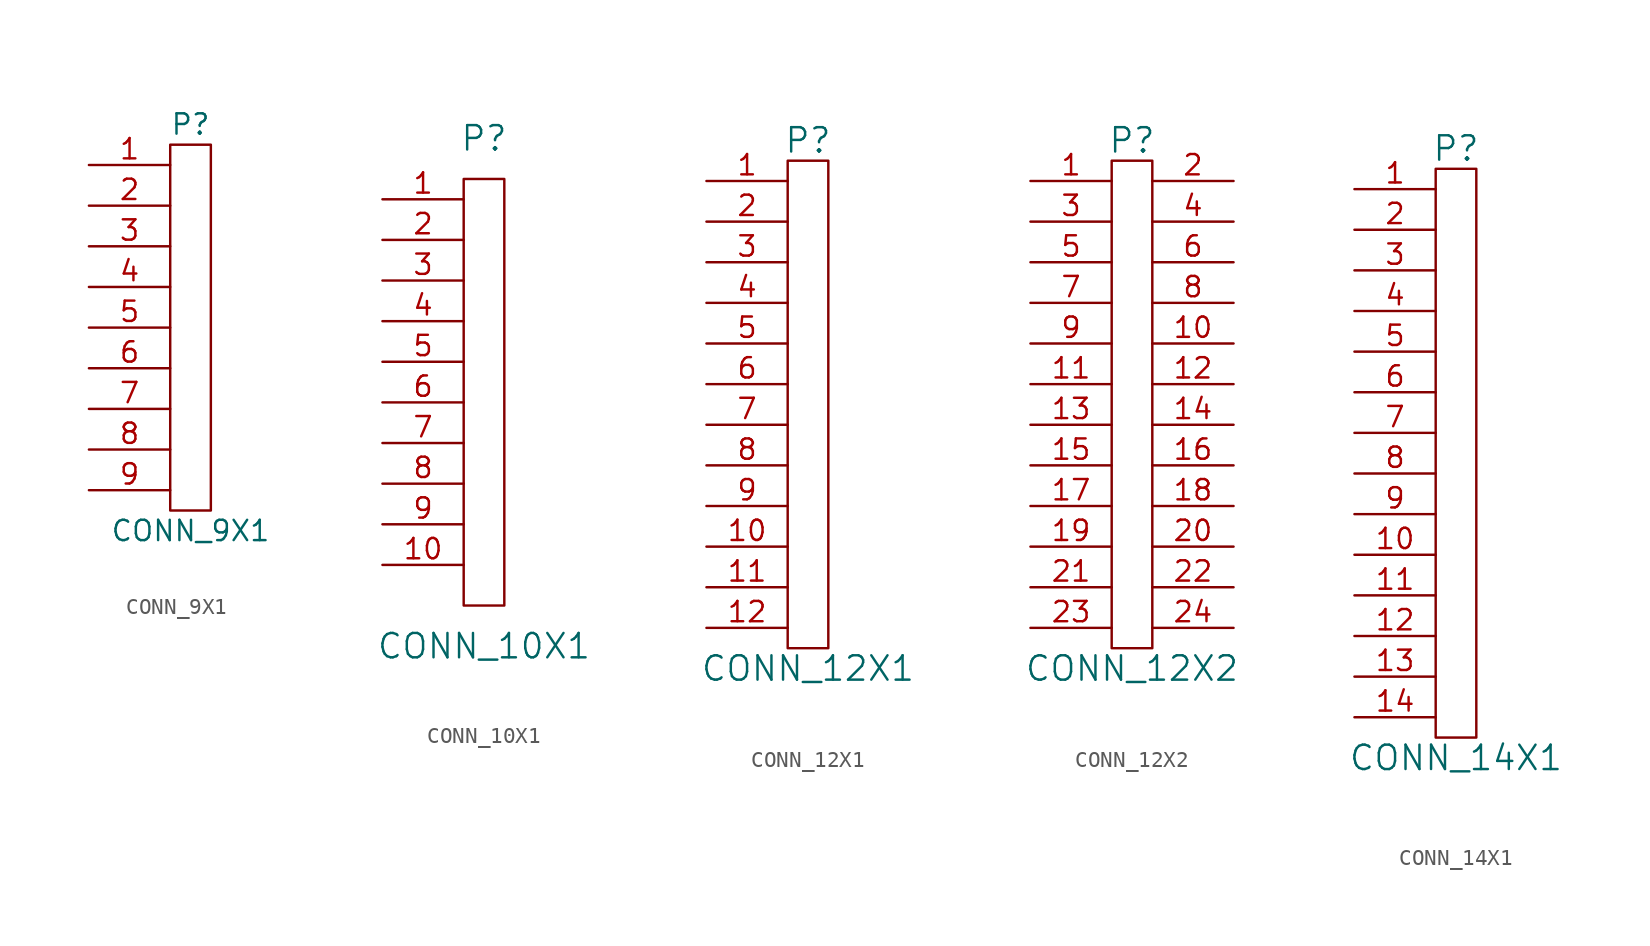
<source format=kicad_sym>
(kicad_symbol_lib
  (version 20201005)
  (generator kicad_symbol_editor)
  (symbol "CONN_9X1"
    (pin_names
      (offset 1.016))
    (property "Reference" "P"
      (at 0 12.7 0)
      (effects (font (size 1.27 1.27))))
    (property "Value" "CONN_9X1"
      (at 0 -12.7 0)
      (effects (font (size 1.27 1.27))))
    (symbol "CONN_9X1_0_1"
      (rectangle (start -1.27 11.43) (end 1.27 -11.43) (stroke (width 0)) (fill (type none))))
    (symbol "CONN_9X1_1_1"
      (pin unspecified line (at -6.35 10.16 0) (length 5.08) (name "~" (effects (font (size 1.27 1.27)))) (number "1" (effects (font (size 1.27 1.27)))))
      (pin unspecified line (at -6.35 7.62 0) (length 5.08) (name "~" (effects (font (size 1.27 1.27)))) (number "2" (effects (font (size 1.27 1.27)))))
      (pin unspecified line (at -6.35 5.08 0) (length 5.08) (name "~" (effects (font (size 1.27 1.27)))) (number "3" (effects (font (size 1.27 1.27)))))
      (pin unspecified line (at -6.35 2.54 0) (length 5.08) (name "~" (effects (font (size 1.27 1.27)))) (number "4" (effects (font (size 1.27 1.27)))))
      (pin unspecified line (at -6.35 0 0) (length 5.08) (name "~" (effects (font (size 1.27 1.27)))) (number "5" (effects (font (size 1.27 1.27)))))
      (pin unspecified line (at -6.35 -2.54 0) (length 5.08) (name "~" (effects (font (size 1.27 1.27)))) (number "6" (effects (font (size 1.27 1.27)))))
      (pin unspecified line (at -6.35 -5.08 0) (length 5.08) (name "~" (effects (font (size 1.27 1.27)))) (number "7" (effects (font (size 1.27 1.27)))))
      (pin unspecified line (at -6.35 -7.62 0) (length 5.08) (name "~" (effects (font (size 1.27 1.27)))) (number "8" (effects (font (size 1.27 1.27)))))
      (pin passive line (at -6.35 -10.16 0) (length 5.08) (name "~" (effects (font (size 1.27 1.27)))) (number "9" (effects (font (size 1.27 1.27)))))))
  (symbol "CONN_10X1"
    (pin_names
      (offset 1.016))
    (property "Reference" "P"
      (at 0 15.24 0)
      (effects (font (size 1.524 1.524))))
    (property "Value" "CONN_10X1"
      (at 0 -16.51 0)
      (effects (font (size 1.524 1.524))))
    (symbol "CONN_10X1_0_1"
      (rectangle (start -1.27 12.7) (end 1.27 -13.97) (stroke (width 0)) (fill (type none))))
    (symbol "CONN_10X1_1_1"
      (pin unspecified line (at -6.35 11.43 0) (length 5.08) (name "~" (effects (font (size 1.27 1.27)))) (number "1" (effects (font (size 1.27 1.27)))))
      (pin unspecified line (at -6.35 -11.43 0) (length 5.08) (name "~" (effects (font (size 1.27 1.27)))) (number "10" (effects (font (size 1.27 1.27)))))
      (pin unspecified line (at -6.35 8.89 0) (length 5.08) (name "~" (effects (font (size 1.27 1.27)))) (number "2" (effects (font (size 1.27 1.27)))))
      (pin unspecified line (at -6.35 6.35 0) (length 5.08) (name "~" (effects (font (size 1.27 1.27)))) (number "3" (effects (font (size 1.27 1.27)))))
      (pin unspecified line (at -6.35 3.81 0) (length 5.08) (name "~" (effects (font (size 1.27 1.27)))) (number "4" (effects (font (size 1.27 1.27)))))
      (pin unspecified line (at -6.35 1.27 0) (length 5.08) (name "~" (effects (font (size 1.27 1.27)))) (number "5" (effects (font (size 1.27 1.27)))))
      (pin unspecified line (at -6.35 -1.27 0) (length 5.08) (name "~" (effects (font (size 1.27 1.27)))) (number "6" (effects (font (size 1.27 1.27)))))
      (pin unspecified line (at -6.35 -3.81 0) (length 5.08) (name "~" (effects (font (size 1.27 1.27)))) (number "7" (effects (font (size 1.27 1.27)))))
      (pin unspecified line (at -6.35 -6.35 0) (length 5.08) (name "~" (effects (font (size 1.27 1.27)))) (number "8" (effects (font (size 1.27 1.27)))))
      (pin unspecified line (at -6.35 -8.89 0) (length 5.08) (name "~" (effects (font (size 1.27 1.27)))) (number "9" (effects (font (size 1.27 1.27)))))))
  (symbol "CONN_12X1"
    (pin_names
      (offset 1.016))
    (property "Reference" "P"
      (at 0 16.51 0)
      (effects (font (size 1.524 1.524))))
    (property "Value" "CONN_12X1"
      (at 0 -16.51 0)
      (effects (font (size 1.524 1.524))))
    (symbol "CONN_12X1_0_1"
      (rectangle (start -1.27 15.24) (end 1.27 -15.24) (stroke (width 0)) (fill (type none))))
    (symbol "CONN_12X1_1_1"
      (pin unspecified line (at -6.35 13.97 0) (length 5.08) (name "~" (effects (font (size 1.27 1.27)))) (number "1" (effects (font (size 1.27 1.27)))))
      (pin unspecified line (at -6.35 -8.89 0) (length 5.08) (name "~" (effects (font (size 1.27 1.27)))) (number "10" (effects (font (size 1.27 1.27)))))
      (pin unspecified line (at -6.35 -11.43 0) (length 5.08) (name "~" (effects (font (size 1.27 1.27)))) (number "11" (effects (font (size 1.27 1.27)))))
      (pin unspecified line (at -6.35 -13.97 0) (length 5.08) (name "~" (effects (font (size 1.27 1.27)))) (number "12" (effects (font (size 1.27 1.27)))))
      (pin unspecified line (at -6.35 11.43 0) (length 5.08) (name "~" (effects (font (size 1.27 1.27)))) (number "2" (effects (font (size 1.27 1.27)))))
      (pin unspecified line (at -6.35 8.89 0) (length 5.08) (name "~" (effects (font (size 1.27 1.27)))) (number "3" (effects (font (size 1.27 1.27)))))
      (pin unspecified line (at -6.35 6.35 0) (length 5.08) (name "~" (effects (font (size 1.27 1.27)))) (number "4" (effects (font (size 1.27 1.27)))))
      (pin unspecified line (at -6.35 3.81 0) (length 5.08) (name "~" (effects (font (size 1.27 1.27)))) (number "5" (effects (font (size 1.27 1.27)))))
      (pin unspecified line (at -6.35 1.27 0) (length 5.08) (name "~" (effects (font (size 1.27 1.27)))) (number "6" (effects (font (size 1.27 1.27)))))
      (pin unspecified line (at -6.35 -1.27 0) (length 5.08) (name "~" (effects (font (size 1.27 1.27)))) (number "7" (effects (font (size 1.27 1.27)))))
      (pin unspecified line (at -6.35 -3.81 0) (length 5.08) (name "~" (effects (font (size 1.27 1.27)))) (number "8" (effects (font (size 1.27 1.27)))))
      (pin unspecified line (at -6.35 -6.35 0) (length 5.08) (name "~" (effects (font (size 1.27 1.27)))) (number "9" (effects (font (size 1.27 1.27)))))))
  (symbol "CONN_12X2"
    (pin_names
      (offset 1.016))
    (property "Reference" "P"
      (at 0 16.51 0)
      (effects (font (size 1.524 1.524))))
    (property "Value" "CONN_12X2"
      (at 0 -16.51 0)
      (effects (font (size 1.524 1.524))))
    (symbol "CONN_12X2_0_1"
      (rectangle (start -1.27 15.24) (end 1.27 -15.24) (stroke (width 0)) (fill (type none))))
    (symbol "CONN_12X2_1_1"
      (pin unspecified line (at -6.35 13.97 0) (length 5.08) (name "~" (effects (font (size 1.27 1.27)))) (number "1" (effects (font (size 1.27 1.27)))))
      (pin unspecified line (at 6.35 3.81 180) (length 5.08) (name "~" (effects (font (size 1.27 1.27)))) (number "10" (effects (font (size 1.27 1.27)))))
      (pin unspecified line (at -6.35 1.27 0) (length 5.08) (name "~" (effects (font (size 1.27 1.27)))) (number "11" (effects (font (size 1.27 1.27)))))
      (pin unspecified line (at 6.35 1.27 180) (length 5.08) (name "~" (effects (font (size 1.27 1.27)))) (number "12" (effects (font (size 1.27 1.27)))))
      (pin unspecified line (at -6.35 -1.27 0) (length 5.08) (name "~" (effects (font (size 1.27 1.27)))) (number "13" (effects (font (size 1.27 1.27)))))
      (pin unspecified line (at 6.35 -1.27 180) (length 5.08) (name "~" (effects (font (size 1.27 1.27)))) (number "14" (effects (font (size 1.27 1.27)))))
      (pin unspecified line (at -6.35 -3.81 0) (length 5.08) (name "~" (effects (font (size 1.27 1.27)))) (number "15" (effects (font (size 1.27 1.27)))))
      (pin unspecified line (at 6.35 -3.81 180) (length 5.08) (name "~" (effects (font (size 1.27 1.27)))) (number "16" (effects (font (size 1.27 1.27)))))
      (pin unspecified line (at -6.35 -6.35 0) (length 5.08) (name "~" (effects (font (size 1.27 1.27)))) (number "17" (effects (font (size 1.27 1.27)))))
      (pin unspecified line (at 6.35 -6.35 180) (length 5.08) (name "~" (effects (font (size 1.27 1.27)))) (number "18" (effects (font (size 1.27 1.27)))))
      (pin unspecified line (at -6.35 -8.89 0) (length 5.08) (name "~" (effects (font (size 1.27 1.27)))) (number "19" (effects (font (size 1.27 1.27)))))
      (pin unspecified line (at 6.35 13.97 180) (length 5.08) (name "~" (effects (font (size 1.27 1.27)))) (number "2" (effects (font (size 1.27 1.27)))))
      (pin unspecified line (at 6.35 -8.89 180) (length 5.08) (name "~" (effects (font (size 1.27 1.27)))) (number "20" (effects (font (size 1.27 1.27)))))
      (pin unspecified line (at -6.35 -11.43 0) (length 5.08) (name "~" (effects (font (size 1.27 1.27)))) (number "21" (effects (font (size 1.27 1.27)))))
      (pin unspecified line (at 6.35 -11.43 180) (length 5.08) (name "~" (effects (font (size 1.27 1.27)))) (number "22" (effects (font (size 1.27 1.27)))))
      (pin unspecified line (at -6.35 -13.97 0) (length 5.08) (name "~" (effects (font (size 1.27 1.27)))) (number "23" (effects (font (size 1.27 1.27)))))
      (pin unspecified line (at 6.35 -13.97 180) (length 5.08) (name "~" (effects (font (size 1.27 1.27)))) (number "24" (effects (font (size 1.27 1.27)))))
      (pin unspecified line (at -6.35 11.43 0) (length 5.08) (name "~" (effects (font (size 1.27 1.27)))) (number "3" (effects (font (size 1.27 1.27)))))
      (pin unspecified line (at 6.35 11.43 180) (length 5.08) (name "~" (effects (font (size 1.27 1.27)))) (number "4" (effects (font (size 1.27 1.27)))))
      (pin unspecified line (at -6.35 8.89 0) (length 5.08) (name "~" (effects (font (size 1.27 1.27)))) (number "5" (effects (font (size 1.27 1.27)))))
      (pin unspecified line (at 6.35 8.89 180) (length 5.08) (name "~" (effects (font (size 1.27 1.27)))) (number "6" (effects (font (size 1.27 1.27)))))
      (pin unspecified line (at -6.35 6.35 0) (length 5.08) (name "~" (effects (font (size 1.27 1.27)))) (number "7" (effects (font (size 1.27 1.27)))))
      (pin unspecified line (at 6.35 6.35 180) (length 5.08) (name "~" (effects (font (size 1.27 1.27)))) (number "8" (effects (font (size 1.27 1.27)))))
      (pin unspecified line (at -6.35 3.81 0) (length 5.08) (name "~" (effects (font (size 1.27 1.27)))) (number "9" (effects (font (size 1.27 1.27)))))))
  (symbol "CONN_14X1"
    (pin_names
      (offset 1.016))
    (property "Reference" "P"
      (at 0 19.05 0)
      (effects (font (size 1.524 1.524))))
    (property "Value" "CONN_14X1"
      (at 0 -19.05 0)
      (effects (font (size 1.524 1.524))))
    (symbol "CONN_14X1_0_1"
      (rectangle (start -1.27 17.78) (end 1.27 -17.78) (stroke (width 0)) (fill (type none))))
    (symbol "CONN_14X1_1_1"
      (pin unspecified line (at -6.35 16.51 0) (length 5.08) (name "~" (effects (font (size 1.27 1.27)))) (number "1" (effects (font (size 1.27 1.27)))))
      (pin unspecified line (at -6.35 -6.35 0) (length 5.08) (name "~" (effects (font (size 1.27 1.27)))) (number "10" (effects (font (size 1.27 1.27)))))
      (pin unspecified line (at -6.35 -8.89 0) (length 5.08) (name "~" (effects (font (size 1.27 1.27)))) (number "11" (effects (font (size 1.27 1.27)))))
      (pin unspecified line (at -6.35 -11.43 0) (length 5.08) (name "~" (effects (font (size 1.27 1.27)))) (number "12" (effects (font (size 1.27 1.27)))))
      (pin unspecified line (at -6.35 -13.97 0) (length 5.08) (name "~" (effects (font (size 1.27 1.27)))) (number "13" (effects (font (size 1.27 1.27)))))
      (pin unspecified line (at -6.35 -16.51 0) (length 5.08) (name "~" (effects (font (size 1.27 1.27)))) (number "14" (effects (font (size 1.27 1.27)))))
      (pin unspecified line (at -6.35 13.97 0) (length 5.08) (name "~" (effects (font (size 1.27 1.27)))) (number "2" (effects (font (size 1.27 1.27)))))
      (pin unspecified line (at -6.35 11.43 0) (length 5.08) (name "~" (effects (font (size 1.27 1.27)))) (number "3" (effects (font (size 1.27 1.27)))))
      (pin unspecified line (at -6.35 8.89 0) (length 5.08) (name "~" (effects (font (size 1.27 1.27)))) (number "4" (effects (font (size 1.27 1.27)))))
      (pin unspecified line (at -6.35 6.35 0) (length 5.08) (name "~" (effects (font (size 1.27 1.27)))) (number "5" (effects (font (size 1.27 1.27)))))
      (pin unspecified line (at -6.35 3.81 0) (length 5.08) (name "~" (effects (font (size 1.27 1.27)))) (number "6" (effects (font (size 1.27 1.27)))))
      (pin unspecified line (at -6.35 1.27 0) (length 5.08) (name "~" (effects (font (size 1.27 1.27)))) (number "7" (effects (font (size 1.27 1.27)))))
      (pin unspecified line (at -6.35 -1.27 0) (length 5.08) (name "~" (effects (font (size 1.27 1.27)))) (number "8" (effects (font (size 1.27 1.27)))))
      (pin unspecified line (at -6.35 -3.81 0) (length 5.08) (name "~" (effects (font (size 1.27 1.27)))) (number "9" (effects (font (size 1.27 1.27))))))))
</source>
